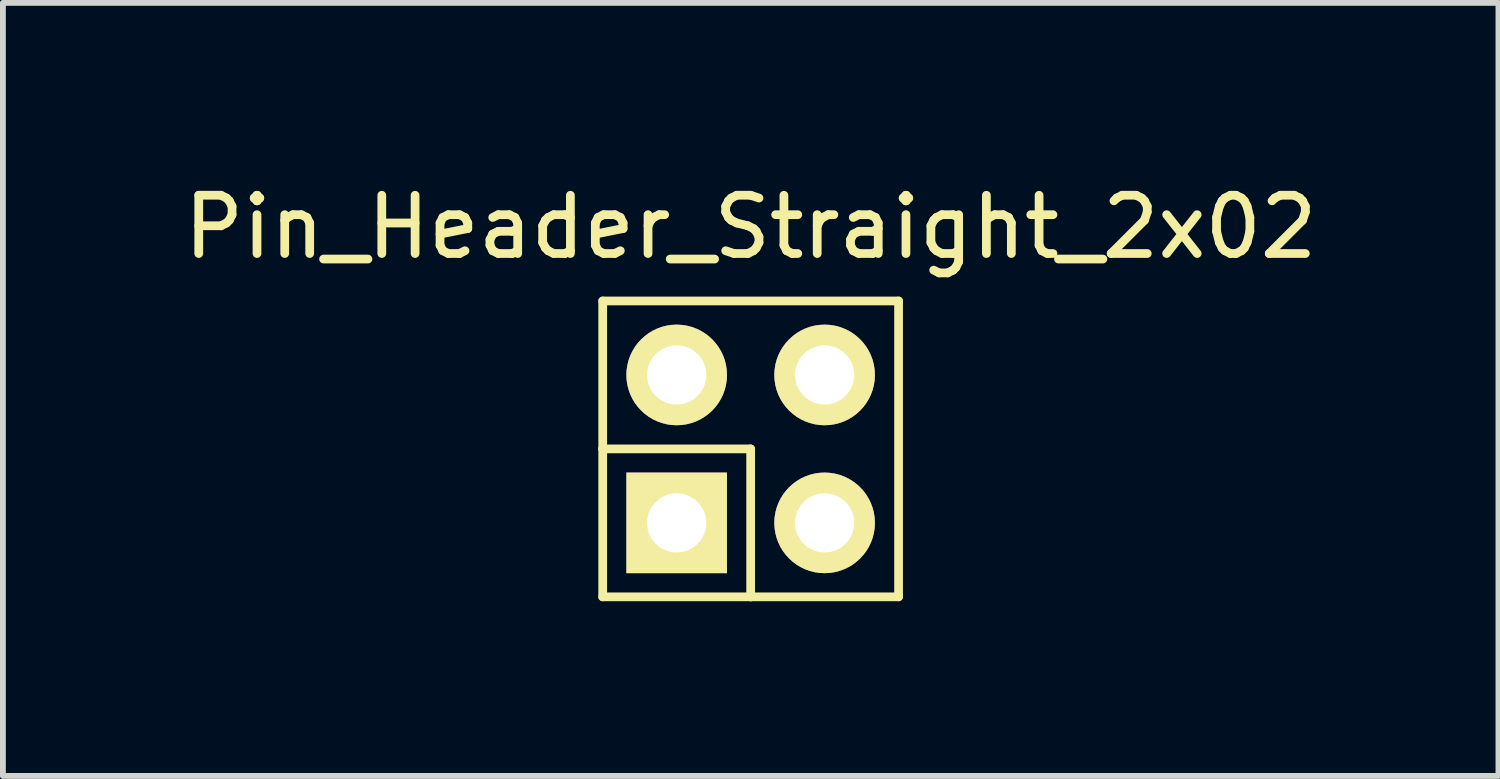
<source format=kicad_pcb>
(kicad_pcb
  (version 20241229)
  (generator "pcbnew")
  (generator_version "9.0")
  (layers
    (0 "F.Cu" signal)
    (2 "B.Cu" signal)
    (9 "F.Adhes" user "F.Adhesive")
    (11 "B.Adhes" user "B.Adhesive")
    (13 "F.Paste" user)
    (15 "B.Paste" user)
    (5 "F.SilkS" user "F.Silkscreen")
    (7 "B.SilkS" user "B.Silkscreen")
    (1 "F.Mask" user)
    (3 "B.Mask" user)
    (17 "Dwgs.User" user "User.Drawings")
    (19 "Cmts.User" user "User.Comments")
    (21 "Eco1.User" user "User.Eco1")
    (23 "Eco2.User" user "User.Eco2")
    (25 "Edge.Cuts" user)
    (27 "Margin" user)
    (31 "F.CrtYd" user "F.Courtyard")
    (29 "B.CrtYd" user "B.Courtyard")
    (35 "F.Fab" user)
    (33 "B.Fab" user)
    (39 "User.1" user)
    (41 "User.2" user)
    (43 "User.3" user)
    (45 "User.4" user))
  (footprint "Pin_Header_Straight_2x02"
    (layer "F.Cu")
    (at 9.839 4.658)
    (property "Reference" "Pin_Header_Straight_2x02" (at 0 -3.81 0) (layer "F.SilkS") (effects (font (size 1 1) (thickness 0.15))))
    (attr through_hole)
    (fp_line (start -2.54 -2.54) (end 2.54 -2.54) (stroke (width 0.15) (type solid)) (layer "F.SilkS"))
    (fp_line (start -2.54 0) (end -2.54 -2.54) (stroke (width 0.15) (type solid)) (layer "F.SilkS"))
    (fp_line (start -2.54 0) (end -2.54 2.54) (stroke (width 0.15) (type solid)) (layer "F.SilkS"))
    (fp_line (start -2.54 2.54) (end 0 2.54) (stroke (width 0.15) (type solid)) (layer "F.SilkS"))
    (fp_line (start 0 0) (end -2.54 0) (stroke (width 0.15) (type solid)) (layer "F.SilkS"))
    (fp_line (start 0 2.54) (end 0 0) (stroke (width 0.15) (type solid)) (layer "F.SilkS"))
    (fp_line (start 2.54 -2.54) (end 2.54 2.54) (stroke (width 0.15) (type solid)) (layer "F.SilkS"))
    (fp_line (start 2.54 2.54) (end 0 2.54) (stroke (width 0.15) (type solid)) (layer "F.SilkS"))
    (pad "1" thru_hole rect (at -1.27 1.27) (size 1.727 1.727) (drill 1.016) (layers "*.Cu" "*.Mask" "F.SilkS"))
    (pad "2" thru_hole oval (at -1.27 -1.27) (size 1.727 1.727) (drill 1.016) (layers "*.Cu" "*.Mask" "F.SilkS"))
    (pad "3" thru_hole oval (at 1.27 1.27) (size 1.727 1.727) (drill 1.016) (layers "*.Cu" "*.Mask" "F.SilkS"))
    (pad "4" thru_hole oval (at 1.27 -1.27) (size 1.727 1.727) (drill 1.016) (layers "*.Cu" "*.Mask" "F.SilkS")))
  (gr_rect
    (start -3 -3)
    (end 22.679 10.273)
    (stroke (width 0.1) (type default))
    (fill no)
    (layer "Edge.Cuts")))
</source>
